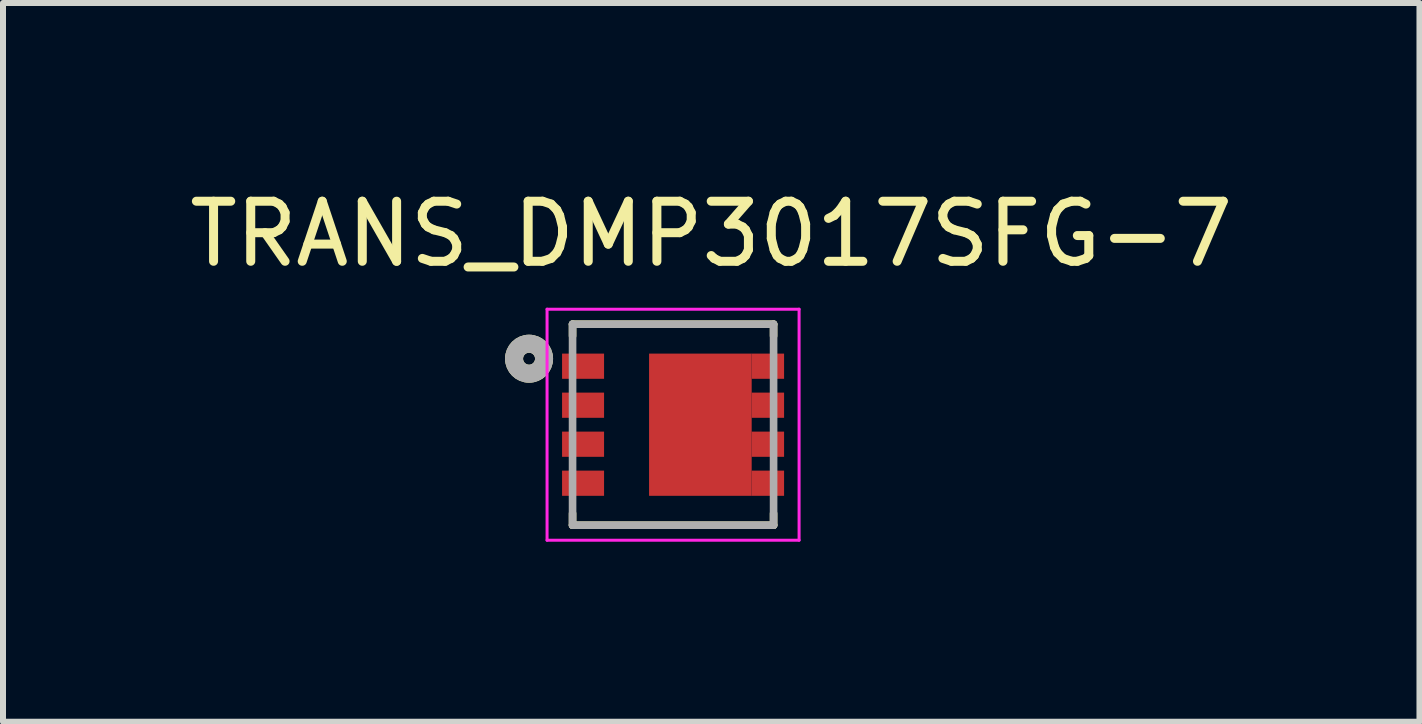
<source format=kicad_pcb>
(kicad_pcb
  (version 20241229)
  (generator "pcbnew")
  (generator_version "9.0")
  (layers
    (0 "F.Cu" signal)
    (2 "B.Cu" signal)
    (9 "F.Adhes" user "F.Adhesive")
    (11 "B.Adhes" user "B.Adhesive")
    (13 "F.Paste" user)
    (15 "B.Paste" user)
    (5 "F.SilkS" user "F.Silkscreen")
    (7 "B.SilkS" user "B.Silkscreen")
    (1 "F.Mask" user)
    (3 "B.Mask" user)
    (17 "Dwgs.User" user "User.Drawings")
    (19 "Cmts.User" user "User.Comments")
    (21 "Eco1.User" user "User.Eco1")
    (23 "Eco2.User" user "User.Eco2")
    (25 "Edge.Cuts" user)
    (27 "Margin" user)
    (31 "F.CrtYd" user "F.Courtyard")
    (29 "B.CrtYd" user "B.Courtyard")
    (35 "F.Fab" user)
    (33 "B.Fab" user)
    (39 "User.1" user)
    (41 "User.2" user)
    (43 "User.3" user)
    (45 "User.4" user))
  (footprint "TRANS_DMP3017SFG-7"
    (layer "F.Cu")
    (at 8.167 4.028)
    (property "Reference" "TRANS_DMP3017SFG-7" (at 0.636 -3.179 0) (layer "F.SilkS") (effects (font (size 1.001 1.001) (thickness 0.15))))
    (attr through_hole)
    (fp_line (start -1.675 -1.675) (end -1.675 -1.48) (stroke (width 0.127) (type solid)) (layer "F.SilkS"))
    (fp_line (start -1.675 -1.675) (end 1.675 -1.675) (stroke (width 0.127) (type solid)) (layer "F.SilkS"))
    (fp_line (start -1.675 1.48) (end -1.675 1.675) (stroke (width 0.127) (type solid)) (layer "F.SilkS"))
    (fp_line (start 1.675 -1.675) (end 1.675 -1.48) (stroke (width 0.127) (type solid)) (layer "F.SilkS"))
    (fp_line (start 1.675 1.48) (end 1.675 1.675) (stroke (width 0.127) (type solid)) (layer "F.SilkS"))
    (fp_line (start 1.675 1.675) (end -1.675 1.675) (stroke (width 0.127) (type solid)) (layer "F.SilkS"))
    (fp_circle (center -2.4 -1.1) (end -2.3 -1.1) (stroke (width 0.3) (type solid)) (fill no) (layer "F.SilkS"))
    (fp_poly (pts (xy -0.27 -0.541) (xy 1.18 -0.541) (xy 1.18 0.541) (xy -0.27 0.541)) (stroke (width 0.01) (type solid)) (fill yes) (layer "F.Paste"))
    (fp_line (start -2.1 -1.925) (end 2.1 -1.925) (stroke (width 0.05) (type solid)) (layer "F.CrtYd"))
    (fp_line (start -2.1 1.925) (end -2.1 -1.925) (stroke (width 0.05) (type solid)) (layer "F.CrtYd"))
    (fp_line (start 2.1 -1.925) (end 2.1 1.925) (stroke (width 0.05) (type solid)) (layer "F.CrtYd"))
    (fp_line (start 2.1 1.925) (end -2.1 1.925) (stroke (width 0.05) (type solid)) (layer "F.CrtYd"))
    (fp_line (start -1.675 -1.675) (end 1.675 -1.675) (stroke (width 0.127) (type solid)) (layer "F.Fab"))
    (fp_line (start -1.675 1.675) (end -1.675 -1.675) (stroke (width 0.127) (type solid)) (layer "F.Fab"))
    (fp_line (start 1.675 -1.675) (end 1.675 1.675) (stroke (width 0.127) (type solid)) (layer "F.Fab"))
    (fp_line (start 1.675 1.675) (end -1.675 1.675) (stroke (width 0.127) (type solid)) (layer "F.Fab"))
    (fp_circle (center -2.4 -1.1) (end -2.3 -1.1) (stroke (width 0.3) (type solid)) (fill no) (layer "F.Fab"))
    (pad "1" smd rect (at -1.5 -0.975 90) (size 0.42 0.7) (layers "F.Cu" "F.Mask" "F.Paste"))
    (pad "2" smd rect (at -1.5 -0.325 90) (size 0.42 0.7) (layers "F.Cu" "F.Mask" "F.Paste"))
    (pad "3" smd rect (at -1.5 0.325 90) (size 0.42 0.7) (layers "F.Cu" "F.Mask" "F.Paste"))
    (pad "4" smd rect (at -1.5 0.975 90) (size 0.42 0.7) (layers "F.Cu" "F.Mask" "F.Paste"))
    (pad "5" smd rect (at 0.455 0) (size 1.71 2.37) (layers "F.Cu" "F.Mask"))
    (pad "5_1" smd rect (at 1.58 0.975) (size 0.54 0.42) (layers "F.Cu" "F.Mask" "F.Paste"))
    (pad "5_2" smd rect (at 1.58 0.325) (size 0.54 0.42) (layers "F.Cu" "F.Mask" "F.Paste"))
    (pad "5_3" smd rect (at 1.58 -0.325) (size 0.54 0.42) (layers "F.Cu" "F.Mask" "F.Paste"))
    (pad "5_4" smd rect (at 1.58 -0.975) (size 0.54 0.42) (layers "F.Cu" "F.Mask" "F.Paste")))
  (gr_rect
    (start -3 -3)
    (end 20.606 8.978)
    (stroke (width 0.1) (type default))
    (fill no)
    (layer "Edge.Cuts")))
</source>
